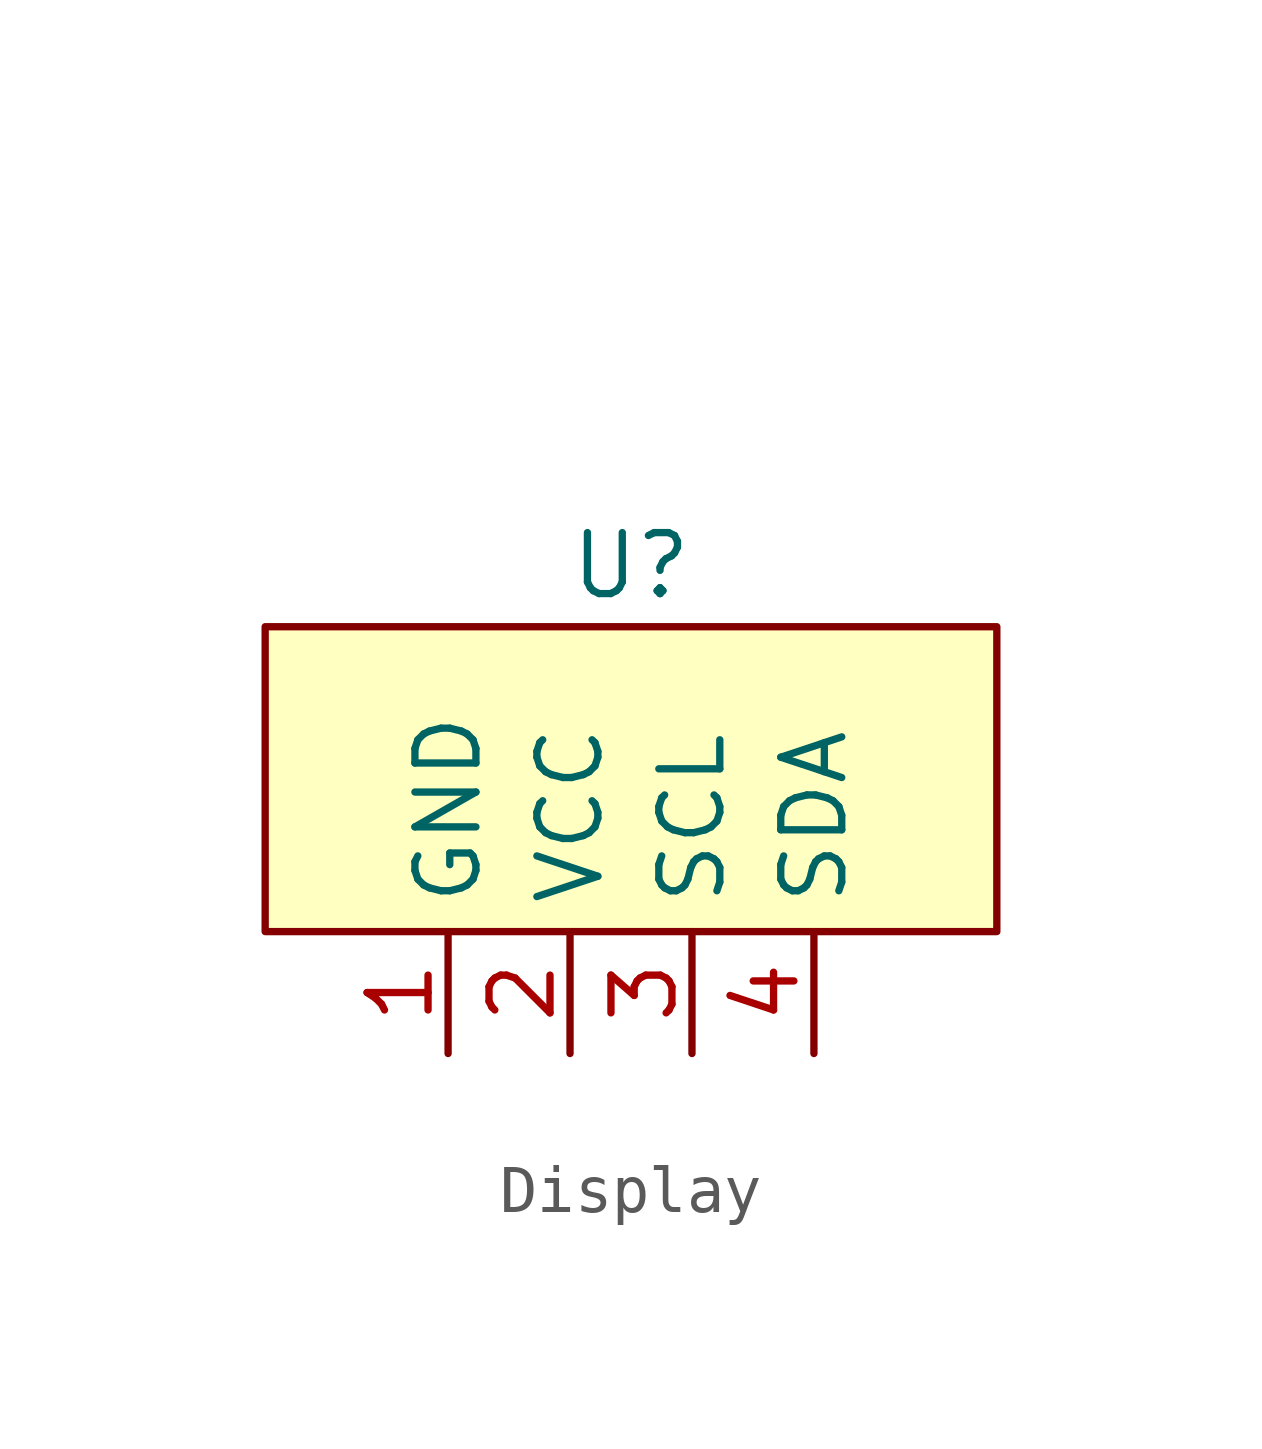
<source format=kicad_sym>
(kicad_symbol_lib
  (version 20231120)
  (generator "kicad_symbol_editor")
  (generator_version "8.0")
  (symbol "Display"
    (property "Reference" "U"
      (at 0 1.27 0)
      (effects (font (size 1.27 1.27))))
    (property "Value" ""
      (at 0 7.112 0)
      (effects (font (size 1.27 1.27))))
    (symbol "Display_1_1"
      (rectangle (start -7.62 0) (end 7.62 -6.35) (stroke (width 0) (type default)) (fill (type background)))
      (pin input line (at -3.81 -8.89 90) (length 2.54) (name "GND" (effects (font (size 1.27 1.27)))) (number "1" (effects (font (size 1.27 1.27)))))
      (pin input line (at -1.27 -8.89 90) (length 2.54) (name "VCC" (effects (font (size 1.27 1.27)))) (number "2" (effects (font (size 1.27 1.27)))))
      (pin input line (at 1.27 -8.89 90) (length 2.54) (name "SCL" (effects (font (size 1.27 1.27)))) (number "3" (effects (font (size 1.27 1.27)))))
      (pin input line (at 3.81 -8.89 90) (length 2.54) (name "SDA" (effects (font (size 1.27 1.27)))) (number "4" (effects (font (size 1.27 1.27))))))))
</source>
